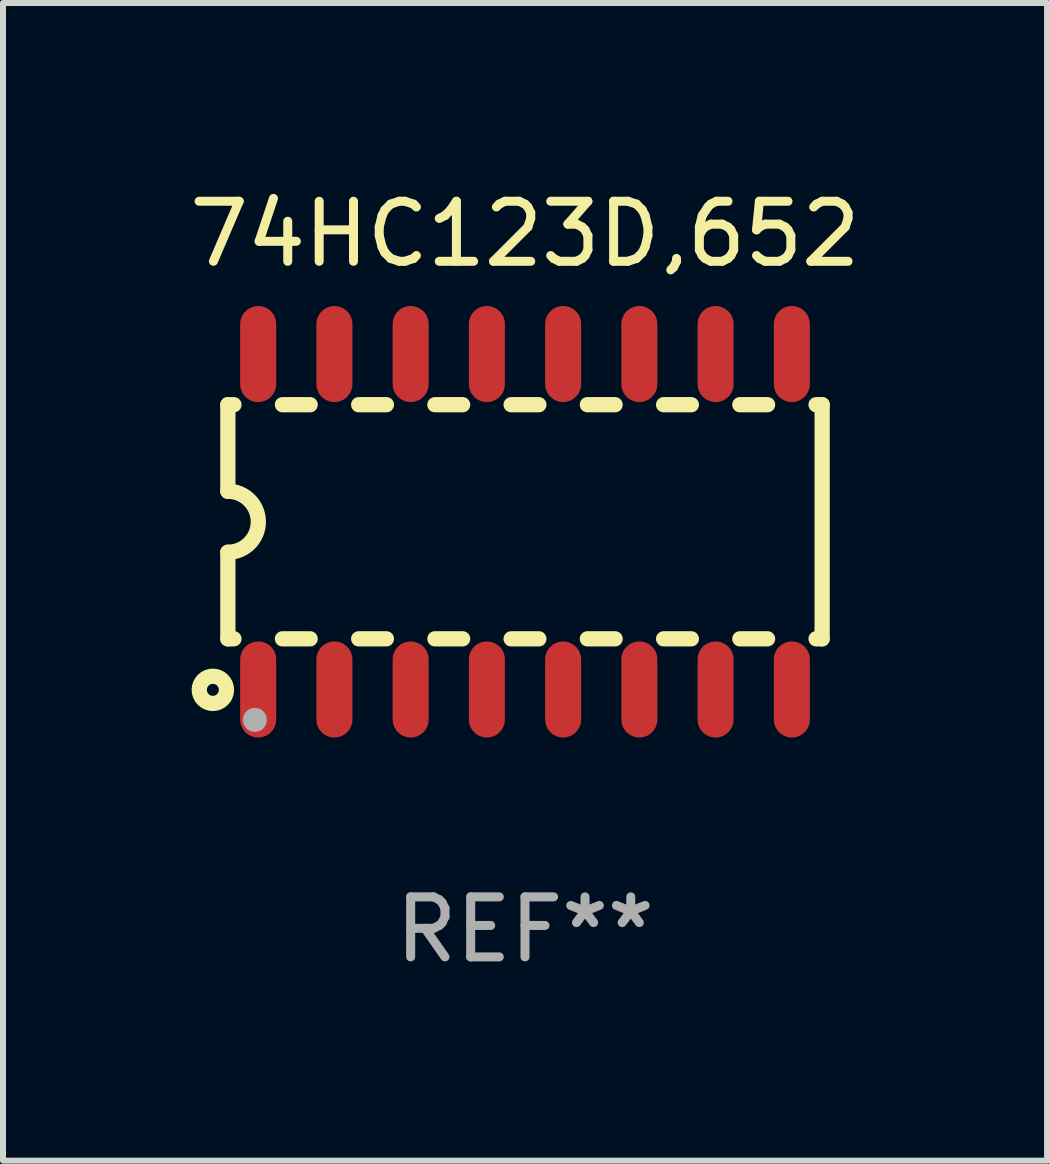
<source format=kicad_pcb>
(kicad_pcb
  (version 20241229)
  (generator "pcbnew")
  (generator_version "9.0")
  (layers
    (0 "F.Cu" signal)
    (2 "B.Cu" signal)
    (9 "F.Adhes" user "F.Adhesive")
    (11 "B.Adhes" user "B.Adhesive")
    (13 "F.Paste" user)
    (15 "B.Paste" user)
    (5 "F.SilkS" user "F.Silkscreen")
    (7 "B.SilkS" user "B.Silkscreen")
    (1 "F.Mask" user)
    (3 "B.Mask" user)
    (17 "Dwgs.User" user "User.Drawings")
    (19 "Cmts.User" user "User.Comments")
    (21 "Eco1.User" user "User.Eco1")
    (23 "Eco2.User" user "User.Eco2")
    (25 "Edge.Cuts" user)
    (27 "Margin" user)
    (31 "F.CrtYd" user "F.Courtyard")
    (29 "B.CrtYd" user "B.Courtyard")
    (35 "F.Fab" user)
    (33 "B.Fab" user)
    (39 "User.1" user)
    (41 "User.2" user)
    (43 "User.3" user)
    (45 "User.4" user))
  (footprint "74HC123D,652"
    (layer "F.Cu")
    (at 5.696 5.642)
    (property "Reference" "74HC123D,652" (at 0 -4.794 0) (layer "F.SilkS") (effects (font (size 1 1) (thickness 0.15))))
    (attr through_hole)
    (fp_line (start -4.95 -1.95) (end -4.95 -0.508) (stroke (width 0.254) (type solid)) (layer "F.SilkS"))
    (fp_line (start -4.95 -1.95) (end -4.849 -1.95) (stroke (width 0.254) (type solid)) (layer "F.SilkS"))
    (fp_line (start -4.95 1.95) (end -4.95 0.508) (stroke (width 0.254) (type solid)) (layer "F.SilkS"))
    (fp_line (start -4.95 1.95) (end -4.849 1.95) (stroke (width 0.254) (type solid)) (layer "F.SilkS"))
    (fp_line (start -4.041 -1.95) (end -3.579 -1.95) (stroke (width 0.254) (type solid)) (layer "F.SilkS"))
    (fp_line (start -4.041 1.95) (end -3.579 1.95) (stroke (width 0.254) (type solid)) (layer "F.SilkS"))
    (fp_line (start -2.771 -1.95) (end -2.309 -1.95) (stroke (width 0.254) (type solid)) (layer "F.SilkS"))
    (fp_line (start -2.771 1.95) (end -2.309 1.95) (stroke (width 0.254) (type solid)) (layer "F.SilkS"))
    (fp_line (start -1.501 -1.95) (end -1.039 -1.95) (stroke (width 0.254) (type solid)) (layer "F.SilkS"))
    (fp_line (start -1.501 1.95) (end -1.039 1.95) (stroke (width 0.254) (type solid)) (layer "F.SilkS"))
    (fp_line (start -0.231 -1.95) (end 0.231 -1.95) (stroke (width 0.254) (type solid)) (layer "F.SilkS"))
    (fp_line (start -0.231 1.95) (end 0.231 1.95) (stroke (width 0.254) (type solid)) (layer "F.SilkS"))
    (fp_line (start 1.039 -1.95) (end 1.501 -1.95) (stroke (width 0.254) (type solid)) (layer "F.SilkS"))
    (fp_line (start 1.039 1.95) (end 1.501 1.95) (stroke (width 0.254) (type solid)) (layer "F.SilkS"))
    (fp_line (start 2.309 -1.95) (end 2.771 -1.95) (stroke (width 0.254) (type solid)) (layer "F.SilkS"))
    (fp_line (start 2.309 1.95) (end 2.771 1.95) (stroke (width 0.254) (type solid)) (layer "F.SilkS"))
    (fp_line (start 3.579 -1.95) (end 4.041 -1.95) (stroke (width 0.254) (type solid)) (layer "F.SilkS"))
    (fp_line (start 3.579 1.95) (end 4.041 1.95) (stroke (width 0.254) (type solid)) (layer "F.SilkS"))
    (fp_line (start 4.849 -1.95) (end 4.95 -1.95) (stroke (width 0.254) (type solid)) (layer "F.SilkS"))
    (fp_line (start 4.849 1.95) (end 4.95 1.95) (stroke (width 0.254) (type solid)) (layer "F.SilkS"))
    (fp_line (start 4.95 -1.95) (end 4.95 1.95) (stroke (width 0.254) (type solid)) (layer "F.SilkS"))
    (fp_arc (start -4.95047 -0.508001) (mid -4.442469 -0.000228) (end -4.950013 0.508001) (stroke (width 0.254001) (type solid)) (layer "F.SilkS"))
    (fp_circle (center -5.2 2.8) (end -5.1 2.8) (stroke (width 0.254) (type solid)) (fill no) (layer "F.SilkS"))
    (fp_circle (center -4.95 2.947) (end -4.92 2.947) (stroke (width 0.06) (type solid)) (fill no) (layer "F.SilkS"))
    (fp_circle (center -4.5 3.3) (end -4.4 3.3) (stroke (width 0.2) (type solid)) (fill no) (layer "F.Fab"))
    (fp_text user "REF**" (at 0 6.794 0) (layer "F.Fab") (effects (font (size 1 1) (thickness 0.15))))
    (pad "1" smd oval (at -4.445 2.794) (size 0.6 1.6) (layers "F.Cu" "F.Mask" "F.Paste"))
    (pad "2" smd oval (at -3.175 2.794) (size 0.6 1.6) (layers "F.Cu" "F.Mask" "F.Paste"))
    (pad "3" smd oval (at -1.905 2.794) (size 0.6 1.6) (layers "F.Cu" "F.Mask" "F.Paste"))
    (pad "4" smd oval (at -0.635 2.794) (size 0.6 1.6) (layers "F.Cu" "F.Mask" "F.Paste"))
    (pad "5" smd oval (at 0.635 2.794) (size 0.6 1.6) (layers "F.Cu" "F.Mask" "F.Paste"))
    (pad "6" smd oval (at 1.905 2.794) (size 0.6 1.6) (layers "F.Cu" "F.Mask" "F.Paste"))
    (pad "7" smd oval (at 3.175 2.794) (size 0.6 1.6) (layers "F.Cu" "F.Mask" "F.Paste"))
    (pad "8" smd oval (at 4.445 2.794) (size 0.6 1.6) (layers "F.Cu" "F.Mask" "F.Paste"))
    (pad "9" smd oval (at 4.445 -2.794) (size 0.6 1.6) (layers "F.Cu" "F.Mask" "F.Paste"))
    (pad "10" smd oval (at 3.175 -2.794) (size 0.6 1.6) (layers "F.Cu" "F.Mask" "F.Paste"))
    (pad "11" smd oval (at 1.905 -2.794) (size 0.6 1.6) (layers "F.Cu" "F.Mask" "F.Paste"))
    (pad "12" smd oval (at 0.635 -2.794) (size 0.6 1.6) (layers "F.Cu" "F.Mask" "F.Paste"))
    (pad "13" smd oval (at -0.635 -2.794) (size 0.6 1.6) (layers "F.Cu" "F.Mask" "F.Paste"))
    (pad "14" smd oval (at -1.905 -2.794) (size 0.6 1.6) (layers "F.Cu" "F.Mask" "F.Paste"))
    (pad "15" smd oval (at -3.175 -2.794) (size 0.6 1.6) (layers "F.Cu" "F.Mask" "F.Paste"))
    (pad "16" smd oval (at -4.445 -2.794) (size 0.6 1.6) (layers "F.Cu" "F.Mask" "F.Paste")))
  (gr_rect
    (start -3 -3)
    (end 14.393 16.285)
    (stroke (width 0.1) (type default))
    (fill no)
    (layer "Edge.Cuts")))
</source>
